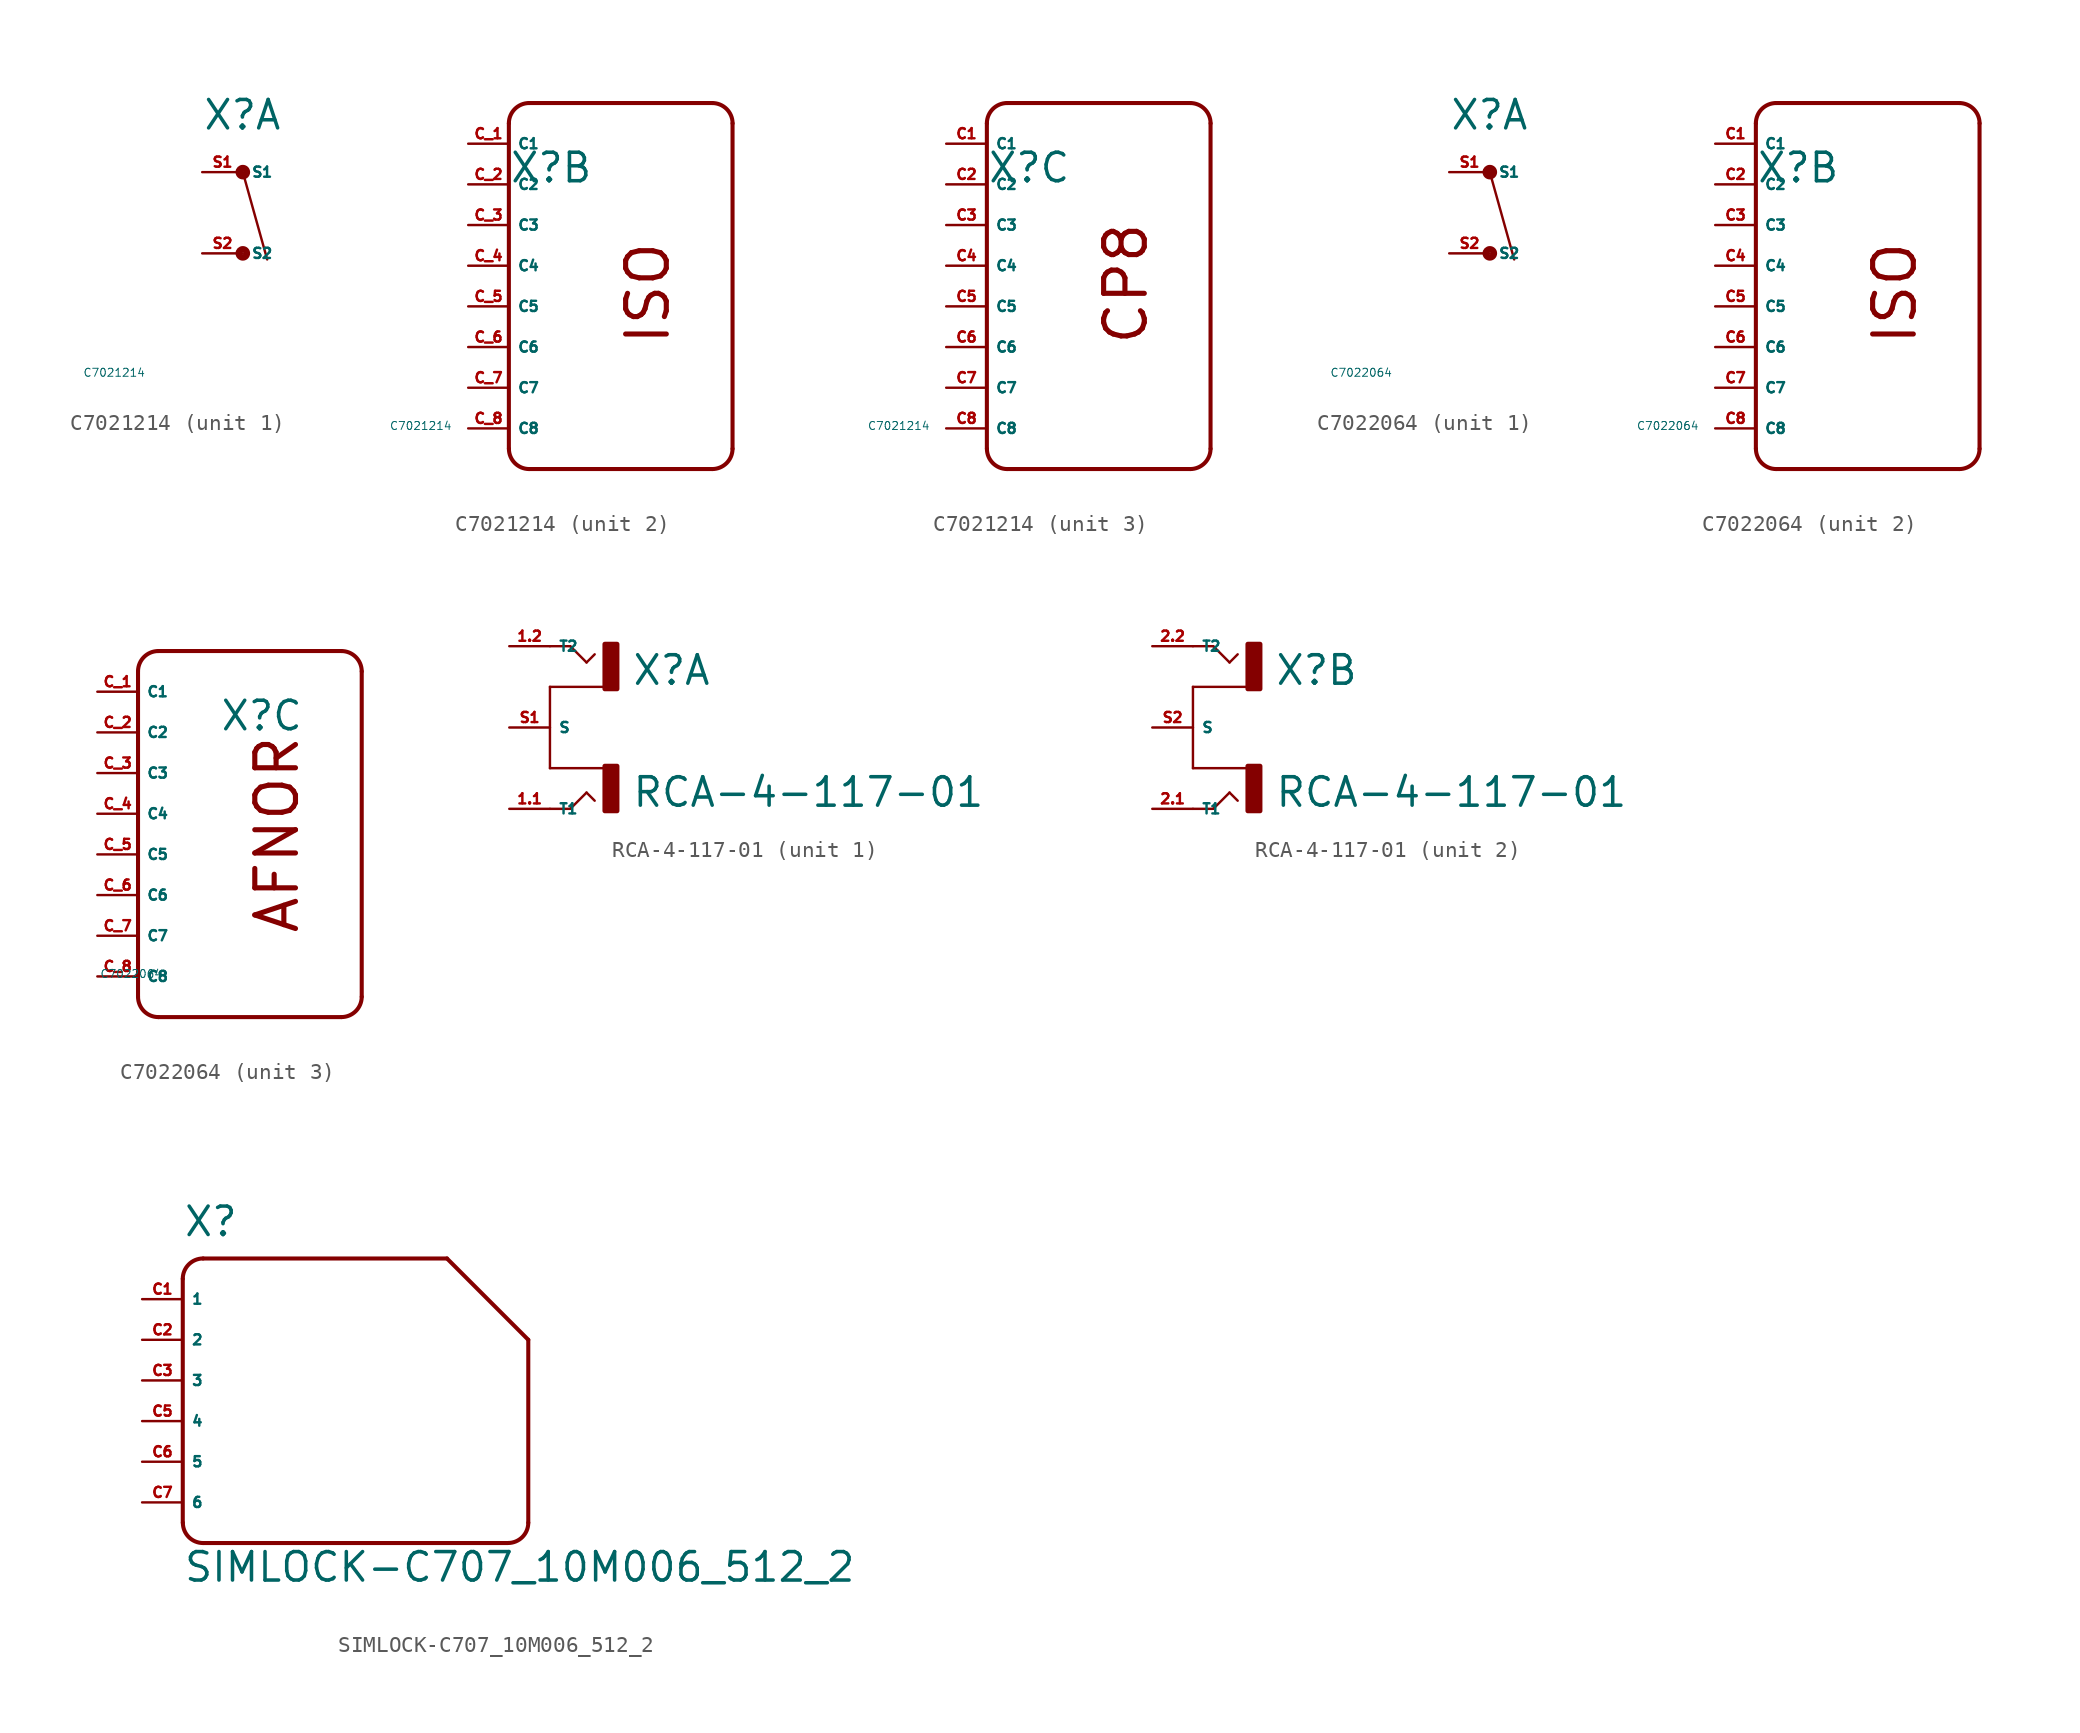
<source format=kicad_sym>
(kicad_symbol_lib
  (version 20220914)
  (generator Eagle2Kicad)
  (symbol "C7021214"
    (property "Reference" "X"
      (at -2.54 5.08 0)
      (effects (font (size 1.778 1.778) (thickness 0.22)) (justify left bottom)))
    (property "Value" "C7021214"
      (at -10 -10 0)
      (effects (font (size 0.5 0.5) (thickness 0.06)) (justify left)))
    (symbol "C7021214_1_0"
      (polyline (pts (xy 0 2.54) (xy 1.524 -2.921)) (stroke (width 0.152) (type default)) (fill (type none)))
      (circle (center 0 2.54) (radius 0.254) (stroke (width 0.406) (type default)) (fill (type none)))
      (circle (center 0 -2.54) (radius 0.254) (stroke (width 0.406) (type default)) (fill (type none)))
      (pin passive line (at -2.54 2.54 0) (length 2.54) (name "S1" (effects (font (size 0.635 0.635) (thickness 0.08)) (justify left bottom))) (number "S1" (effects (font (size 0.635 0.635) (thickness 0.08)) (justify left bottom))))
      (pin passive line (at -2.54 -2.54 0) (length 2.54) (name "S2" (effects (font (size 0.635 0.635) (thickness 0.08)) (justify left bottom))) (number "S2" (effects (font (size 0.635 0.635) (thickness 0.08)) (justify left bottom)))))
    (symbol "C7021214_2_0"
      (arc (start -1.27 10.16) (mid -2.168 9.788) (end -2.54 8.89) (stroke (width 0.254) (type default)) (fill (type none)))
      (arc (start -2.54 -11.43) (mid -2.168 -12.328) (end -1.27 -12.7) (stroke (width 0.254) (type default)) (fill (type none)))
      (arc (start 10.16 -12.7) (mid 11.058 -12.328) (end 11.43 -11.43) (stroke (width 0.254) (type default)) (fill (type none)))
      (arc (start 11.43 8.89) (mid 11.058 9.788) (end 10.16 10.16) (stroke (width 0.254) (type default)) (fill (type none)))
      (polyline (pts (xy -2.54 8.89) (xy -2.54 -11.43)) (stroke (width 0.254) (type default)) (fill (type none)))
      (polyline (pts (xy -1.27 -12.7) (xy 10.16 -12.7)) (stroke (width 0.254) (type default)) (fill (type none)))
      (polyline (pts (xy 11.43 -11.43) (xy 11.43 8.89)) (stroke (width 0.254) (type default)) (fill (type none)))
      (polyline (pts (xy 10.16 10.16) (xy -1.27 10.16)) (stroke (width 0.254) (type default)) (fill (type none)))
      (text "ISO" (at 7.62 -5.08 900) (effects (font (size 2.54 2.54) (thickness 0.32)) (justify left bottom)))
      (pin passive line (at -5.08 7.62 0) (length 2.54) (name "C1" (effects (font (size 0.635 0.635) (thickness 0.08)) (justify left bottom))) (number "C_1" (effects (font (size 0.635 0.635) (thickness 0.08)) (justify left bottom))))
      (pin passive line (at -5.08 5.08 0) (length 2.54) (name "C2" (effects (font (size 0.635 0.635) (thickness 0.08)) (justify left bottom))) (number "C_2" (effects (font (size 0.635 0.635) (thickness 0.08)) (justify left bottom))))
      (pin passive line (at -5.08 2.54 0) (length 2.54) (name "C3" (effects (font (size 0.635 0.635) (thickness 0.08)) (justify left bottom))) (number "C_3" (effects (font (size 0.635 0.635) (thickness 0.08)) (justify left bottom))))
      (pin passive line (at -5.08 0 0) (length 2.54) (name "C4" (effects (font (size 0.635 0.635) (thickness 0.08)) (justify left bottom))) (number "C_4" (effects (font (size 0.635 0.635) (thickness 0.08)) (justify left bottom))))
      (pin passive line (at -5.08 -2.54 0) (length 2.54) (name "C5" (effects (font (size 0.635 0.635) (thickness 0.08)) (justify left bottom))) (number "C_5" (effects (font (size 0.635 0.635) (thickness 0.08)) (justify left bottom))))
      (pin passive line (at -5.08 -5.08 0) (length 2.54) (name "C6" (effects (font (size 0.635 0.635) (thickness 0.08)) (justify left bottom))) (number "C_6" (effects (font (size 0.635 0.635) (thickness 0.08)) (justify left bottom))))
      (pin passive line (at -5.08 -7.62 0) (length 2.54) (name "C7" (effects (font (size 0.635 0.635) (thickness 0.08)) (justify left bottom))) (number "C_7" (effects (font (size 0.635 0.635) (thickness 0.08)) (justify left bottom))))
      (pin passive line (at -5.08 -10.16 0) (length 2.54) (name "C8" (effects (font (size 0.635 0.635) (thickness 0.08)) (justify left bottom))) (number "C_8" (effects (font (size 0.635 0.635) (thickness 0.08)) (justify left bottom)))))
    (symbol "C7021214_3_0"
      (arc (start -1.27 10.16) (mid -2.168 9.788) (end -2.54 8.89) (stroke (width 0.254) (type default)) (fill (type none)))
      (arc (start -2.54 -11.43) (mid -2.168 -12.328) (end -1.27 -12.7) (stroke (width 0.254) (type default)) (fill (type none)))
      (arc (start 10.16 -12.7) (mid 11.058 -12.328) (end 11.43 -11.43) (stroke (width 0.254) (type default)) (fill (type none)))
      (arc (start 11.43 8.89) (mid 11.058 9.788) (end 10.16 10.16) (stroke (width 0.254) (type default)) (fill (type none)))
      (polyline (pts (xy -2.54 8.89) (xy -2.54 -11.43)) (stroke (width 0.254) (type default)) (fill (type none)))
      (polyline (pts (xy -1.27 -12.7) (xy 10.16 -12.7)) (stroke (width 0.254) (type default)) (fill (type none)))
      (polyline (pts (xy 11.43 -11.43) (xy 11.43 8.89)) (stroke (width 0.254) (type default)) (fill (type none)))
      (polyline (pts (xy 10.16 10.16) (xy -1.27 10.16)) (stroke (width 0.254) (type default)) (fill (type none)))
      (text "CP8" (at 7.62 -5.08 900) (effects (font (size 2.54 2.54) (thickness 0.32)) (justify left bottom)))
      (pin passive line (at -5.08 7.62 0) (length 2.54) (name "C1" (effects (font (size 0.635 0.635) (thickness 0.08)) (justify left bottom))) (number "C1" (effects (font (size 0.635 0.635) (thickness 0.08)) (justify left bottom))))
      (pin passive line (at -5.08 5.08 0) (length 2.54) (name "C2" (effects (font (size 0.635 0.635) (thickness 0.08)) (justify left bottom))) (number "C2" (effects (font (size 0.635 0.635) (thickness 0.08)) (justify left bottom))))
      (pin passive line (at -5.08 2.54 0) (length 2.54) (name "C3" (effects (font (size 0.635 0.635) (thickness 0.08)) (justify left bottom))) (number "C3" (effects (font (size 0.635 0.635) (thickness 0.08)) (justify left bottom))))
      (pin passive line (at -5.08 0 0) (length 2.54) (name "C4" (effects (font (size 0.635 0.635) (thickness 0.08)) (justify left bottom))) (number "C4" (effects (font (size 0.635 0.635) (thickness 0.08)) (justify left bottom))))
      (pin passive line (at -5.08 -2.54 0) (length 2.54) (name "C5" (effects (font (size 0.635 0.635) (thickness 0.08)) (justify left bottom))) (number "C5" (effects (font (size 0.635 0.635) (thickness 0.08)) (justify left bottom))))
      (pin passive line (at -5.08 -5.08 0) (length 2.54) (name "C6" (effects (font (size 0.635 0.635) (thickness 0.08)) (justify left bottom))) (number "C6" (effects (font (size 0.635 0.635) (thickness 0.08)) (justify left bottom))))
      (pin passive line (at -5.08 -7.62 0) (length 2.54) (name "C7" (effects (font (size 0.635 0.635) (thickness 0.08)) (justify left bottom))) (number "C7" (effects (font (size 0.635 0.635) (thickness 0.08)) (justify left bottom))))
      (pin passive line (at -5.08 -10.16 0) (length 2.54) (name "C8" (effects (font (size 0.635 0.635) (thickness 0.08)) (justify left bottom))) (number "C8" (effects (font (size 0.635 0.635) (thickness 0.08)) (justify left bottom))))))
  (symbol "C7022064"
    (property "Reference" "X"
      (at -2.54 5.08 0)
      (effects (font (size 1.778 1.778) (thickness 0.22)) (justify left bottom)))
    (property "Value" "C7022064"
      (at -10 -10 0)
      (effects (font (size 0.5 0.5) (thickness 0.06)) (justify left)))
    (symbol "C7022064_1_0"
      (polyline (pts (xy 0 2.54) (xy 1.524 -2.921)) (stroke (width 0.152) (type default)) (fill (type none)))
      (circle (center 0 2.54) (radius 0.254) (stroke (width 0.406) (type default)) (fill (type none)))
      (circle (center 0 -2.54) (radius 0.254) (stroke (width 0.406) (type default)) (fill (type none)))
      (pin passive line (at -2.54 2.54 0) (length 2.54) (name "S1" (effects (font (size 0.635 0.635) (thickness 0.08)) (justify left bottom))) (number "S1" (effects (font (size 0.635 0.635) (thickness 0.08)) (justify left bottom))))
      (pin passive line (at -2.54 -2.54 0) (length 2.54) (name "S2" (effects (font (size 0.635 0.635) (thickness 0.08)) (justify left bottom))) (number "S2" (effects (font (size 0.635 0.635) (thickness 0.08)) (justify left bottom)))))
    (symbol "C7022064_2_0"
      (arc (start -1.27 10.16) (mid -2.168 9.788) (end -2.54 8.89) (stroke (width 0.254) (type default)) (fill (type none)))
      (arc (start -2.54 -11.43) (mid -2.168 -12.328) (end -1.27 -12.7) (stroke (width 0.254) (type default)) (fill (type none)))
      (arc (start 10.16 -12.7) (mid 11.058 -12.328) (end 11.43 -11.43) (stroke (width 0.254) (type default)) (fill (type none)))
      (arc (start 11.43 8.89) (mid 11.058 9.788) (end 10.16 10.16) (stroke (width 0.254) (type default)) (fill (type none)))
      (polyline (pts (xy -2.54 8.89) (xy -2.54 -11.43)) (stroke (width 0.254) (type default)) (fill (type none)))
      (polyline (pts (xy -1.27 -12.7) (xy 10.16 -12.7)) (stroke (width 0.254) (type default)) (fill (type none)))
      (polyline (pts (xy 11.43 -11.43) (xy 11.43 8.89)) (stroke (width 0.254) (type default)) (fill (type none)))
      (polyline (pts (xy 10.16 10.16) (xy -1.27 10.16)) (stroke (width 0.254) (type default)) (fill (type none)))
      (text "ISO" (at 7.62 -5.08 900) (effects (font (size 2.54 2.54) (thickness 0.32)) (justify left bottom)))
      (pin passive line (at -5.08 7.62 0) (length 2.54) (name "C1" (effects (font (size 0.635 0.635) (thickness 0.08)) (justify left bottom))) (number "C1" (effects (font (size 0.635 0.635) (thickness 0.08)) (justify left bottom))))
      (pin passive line (at -5.08 5.08 0) (length 2.54) (name "C2" (effects (font (size 0.635 0.635) (thickness 0.08)) (justify left bottom))) (number "C2" (effects (font (size 0.635 0.635) (thickness 0.08)) (justify left bottom))))
      (pin passive line (at -5.08 2.54 0) (length 2.54) (name "C3" (effects (font (size 0.635 0.635) (thickness 0.08)) (justify left bottom))) (number "C3" (effects (font (size 0.635 0.635) (thickness 0.08)) (justify left bottom))))
      (pin passive line (at -5.08 0 0) (length 2.54) (name "C4" (effects (font (size 0.635 0.635) (thickness 0.08)) (justify left bottom))) (number "C4" (effects (font (size 0.635 0.635) (thickness 0.08)) (justify left bottom))))
      (pin passive line (at -5.08 -2.54 0) (length 2.54) (name "C5" (effects (font (size 0.635 0.635) (thickness 0.08)) (justify left bottom))) (number "C5" (effects (font (size 0.635 0.635) (thickness 0.08)) (justify left bottom))))
      (pin passive line (at -5.08 -5.08 0) (length 2.54) (name "C6" (effects (font (size 0.635 0.635) (thickness 0.08)) (justify left bottom))) (number "C6" (effects (font (size 0.635 0.635) (thickness 0.08)) (justify left bottom))))
      (pin passive line (at -5.08 -7.62 0) (length 2.54) (name "C7" (effects (font (size 0.635 0.635) (thickness 0.08)) (justify left bottom))) (number "C7" (effects (font (size 0.635 0.635) (thickness 0.08)) (justify left bottom))))
      (pin passive line (at -5.08 -10.16 0) (length 2.54) (name "C8" (effects (font (size 0.635 0.635) (thickness 0.08)) (justify left bottom))) (number "C8" (effects (font (size 0.635 0.635) (thickness 0.08)) (justify left bottom)))))
    (symbol "C7022064_3_0"
      (arc (start -6.35 10.16) (mid -7.248 9.788) (end -7.62 8.89) (stroke (width 0.254) (type default)) (fill (type none)))
      (arc (start -7.62 -11.43) (mid -7.248 -12.328) (end -6.35 -12.7) (stroke (width 0.254) (type default)) (fill (type none)))
      (arc (start 5.08 -12.7) (mid 5.978 -12.328) (end 6.35 -11.43) (stroke (width 0.254) (type default)) (fill (type none)))
      (arc (start 6.35 8.89) (mid 5.978 9.788) (end 5.08 10.16) (stroke (width 0.254) (type default)) (fill (type none)))
      (polyline (pts (xy -7.62 8.89) (xy -7.62 -11.43)) (stroke (width 0.254) (type default)) (fill (type none)))
      (polyline (pts (xy -6.35 -12.7) (xy 5.08 -12.7)) (stroke (width 0.254) (type default)) (fill (type none)))
      (polyline (pts (xy 6.35 -11.43) (xy 6.35 8.89)) (stroke (width 0.254) (type default)) (fill (type none)))
      (polyline (pts (xy 5.08 10.16) (xy -6.35 10.16)) (stroke (width 0.254) (type default)) (fill (type none)))
      (text "AFNOR" (at 2.54 -7.62 900) (effects (font (size 2.54 2.54) (thickness 0.32)) (justify left bottom)))
      (pin passive line (at -10.16 7.62 0) (length 2.54) (name "C1" (effects (font (size 0.635 0.635) (thickness 0.08)) (justify left bottom))) (number "C_1" (effects (font (size 0.635 0.635) (thickness 0.08)) (justify left bottom))))
      (pin passive line (at -10.16 5.08 0) (length 2.54) (name "C2" (effects (font (size 0.635 0.635) (thickness 0.08)) (justify left bottom))) (number "C_2" (effects (font (size 0.635 0.635) (thickness 0.08)) (justify left bottom))))
      (pin passive line (at -10.16 2.54 0) (length 2.54) (name "C3" (effects (font (size 0.635 0.635) (thickness 0.08)) (justify left bottom))) (number "C_3" (effects (font (size 0.635 0.635) (thickness 0.08)) (justify left bottom))))
      (pin passive line (at -10.16 0 0) (length 2.54) (name "C4" (effects (font (size 0.635 0.635) (thickness 0.08)) (justify left bottom))) (number "C_4" (effects (font (size 0.635 0.635) (thickness 0.08)) (justify left bottom))))
      (pin passive line (at -10.16 -2.54 0) (length 2.54) (name "C5" (effects (font (size 0.635 0.635) (thickness 0.08)) (justify left bottom))) (number "C_5" (effects (font (size 0.635 0.635) (thickness 0.08)) (justify left bottom))))
      (pin passive line (at -10.16 -5.08 0) (length 2.54) (name "C6" (effects (font (size 0.635 0.635) (thickness 0.08)) (justify left bottom))) (number "C_6" (effects (font (size 0.635 0.635) (thickness 0.08)) (justify left bottom))))
      (pin passive line (at -10.16 -7.62 0) (length 2.54) (name "C7" (effects (font (size 0.635 0.635) (thickness 0.08)) (justify left bottom))) (number "C_7" (effects (font (size 0.635 0.635) (thickness 0.08)) (justify left bottom))))
      (pin passive line (at -10.16 -10.16 0) (length 2.54) (name "C8" (effects (font (size 0.635 0.635) (thickness 0.08)) (justify left bottom))) (number "C_8" (effects (font (size 0.635 0.635) (thickness 0.08)) (justify left bottom))))))
  (symbol "RCA-4-117-01"
    (property "Reference" "X"
      (at 2.54 2.54 0)
      (effects (font (size 1.778 1.778) (thickness 0.22)) (justify left bottom)))
    (property "Value" "RCA-4-117-01"
      (at 2.54 -5.08 0)
      (effects (font (size 1.778 1.778) (thickness 0.22)) (justify left bottom)))
    (symbol "RCA-4-117-01_1_0"
      (polyline (pts (xy -2.54 -2.54) (xy 1.016 -2.54)) (stroke (width 0.152) (type default)) (fill (type none)))
      (polyline (pts (xy -2.54 -5.08) (xy -1.27 -5.08)) (stroke (width 0.152) (type default)) (fill (type none)))
      (polyline (pts (xy -1.27 -5.08) (xy -0.254 -4.064)) (stroke (width 0.152) (type default)) (fill (type none)))
      (polyline (pts (xy -0.254 -4.064) (xy 0.254 -4.572)) (stroke (width 0.152) (type default)) (fill (type none)))
      (polyline (pts (xy -2.54 2.54) (xy 1.016 2.54)) (stroke (width 0.152) (type default)) (fill (type none)))
      (polyline (pts (xy -2.54 5.08) (xy -1.27 5.08)) (stroke (width 0.152) (type default)) (fill (type none)))
      (polyline (pts (xy -1.27 5.08) (xy -0.254 4.064)) (stroke (width 0.152) (type default)) (fill (type none)))
      (polyline (pts (xy -0.254 4.064) (xy 0.254 4.572)) (stroke (width 0.152) (type default)) (fill (type none)))
      (polyline (pts (xy -2.54 -2.54) (xy -2.54 2.54)) (stroke (width 0.152) (type default)) (fill (type none)))
      (rectangle (start 0.889 -5.207) (end 1.651 -2.413) (stroke (width 0.3) (type default)) (fill (type outline)))
      (rectangle (start 0.889 2.413) (end 1.651 5.207) (stroke (width 0.3) (type default)) (fill (type outline)))
      (pin passive line (at -5.08 -5.08 0) (length 2.54) (name "T1" (effects (font (size 0.635 0.635) (thickness 0.08)) (justify left bottom))) (number "1.1" (effects (font (size 0.635 0.635) (thickness 0.08)) (justify left bottom))))
      (pin passive line (at -5.08 5.08 0) (length 2.54) (name "T2" (effects (font (size 0.635 0.635) (thickness 0.08)) (justify left bottom))) (number "1.2" (effects (font (size 0.635 0.635) (thickness 0.08)) (justify left bottom))))
      (pin passive line (at -5.08 0 0) (length 2.54) (name "S" (effects (font (size 0.635 0.635) (thickness 0.08)) (justify left bottom))) (number "S1" (effects (font (size 0.635 0.635) (thickness 0.08)) (justify left bottom)))))
    (symbol "RCA-4-117-01_2_0"
      (polyline (pts (xy -2.54 -2.54) (xy 1.016 -2.54)) (stroke (width 0.152) (type default)) (fill (type none)))
      (polyline (pts (xy -2.54 -5.08) (xy -1.27 -5.08)) (stroke (width 0.152) (type default)) (fill (type none)))
      (polyline (pts (xy -1.27 -5.08) (xy -0.254 -4.064)) (stroke (width 0.152) (type default)) (fill (type none)))
      (polyline (pts (xy -0.254 -4.064) (xy 0.254 -4.572)) (stroke (width 0.152) (type default)) (fill (type none)))
      (polyline (pts (xy -2.54 2.54) (xy 1.016 2.54)) (stroke (width 0.152) (type default)) (fill (type none)))
      (polyline (pts (xy -2.54 5.08) (xy -1.27 5.08)) (stroke (width 0.152) (type default)) (fill (type none)))
      (polyline (pts (xy -1.27 5.08) (xy -0.254 4.064)) (stroke (width 0.152) (type default)) (fill (type none)))
      (polyline (pts (xy -0.254 4.064) (xy 0.254 4.572)) (stroke (width 0.152) (type default)) (fill (type none)))
      (polyline (pts (xy -2.54 -2.54) (xy -2.54 2.54)) (stroke (width 0.152) (type default)) (fill (type none)))
      (rectangle (start 0.889 -5.207) (end 1.651 -2.413) (stroke (width 0.3) (type default)) (fill (type outline)))
      (rectangle (start 0.889 2.413) (end 1.651 5.207) (stroke (width 0.3) (type default)) (fill (type outline)))
      (pin passive line (at -5.08 -5.08 0) (length 2.54) (name "T1" (effects (font (size 0.635 0.635) (thickness 0.08)) (justify left bottom))) (number "2.1" (effects (font (size 0.635 0.635) (thickness 0.08)) (justify left bottom))))
      (pin passive line (at -5.08 5.08 0) (length 2.54) (name "T2" (effects (font (size 0.635 0.635) (thickness 0.08)) (justify left bottom))) (number "2.2" (effects (font (size 0.635 0.635) (thickness 0.08)) (justify left bottom))))
      (pin passive line (at -5.08 0 0) (length 2.54) (name "S" (effects (font (size 0.635 0.635) (thickness 0.08)) (justify left bottom))) (number "S2" (effects (font (size 0.635 0.635) (thickness 0.08)) (justify left bottom))))))
  (symbol "SIMLOCK-C707_10M006_512_2"
    (property "Reference" "X"
      (at -10.16 8.89 0)
      (effects (font (size 1.778 1.778) (thickness 0.22)) (justify left bottom)))
    (property "Value" "SIMLOCK-C707_10M006_512_2"
      (at -10.16 -12.7 0)
      (effects (font (size 1.778 1.778) (thickness 0.22)) (justify left bottom)))
    (arc
      (start -10.16 -8.89)
      (mid -9.788 -9.788)
      (end -8.89 -10.16)
      (stroke (width 0.254) (type default))
      (fill (type none)))
    (polyline
      (pts (xy -8.89 -10.16) (xy 10.16 -10.16))
      (stroke (width 0.254) (type default))
      (fill (type none)))
    (arc
      (start 10.16 -10.16)
      (mid 11.058 -9.788)
      (end 11.43 -8.89)
      (stroke (width 0.254) (type default))
      (fill (type none)))
    (polyline
      (pts (xy 11.43 -8.89) (xy 11.43 2.54))
      (stroke (width 0.254) (type default))
      (fill (type none)))
    (polyline
      (pts (xy 11.43 2.54) (xy 6.35 7.62))
      (stroke (width 0.254) (type default))
      (fill (type none)))
    (polyline
      (pts (xy 6.35 7.62) (xy -8.89 7.62))
      (stroke (width 0.254) (type default))
      (fill (type none)))
    (arc
      (start -8.89 7.62)
      (mid -9.788 7.248)
      (end -10.16 6.35)
      (stroke (width 0.254) (type default))
      (fill (type none)))
    (polyline
      (pts (xy -10.16 6.35) (xy -10.16 -8.89))
      (stroke (width 0.254) (type default))
      (fill (type none)))
    (pin passive line
      (at -12.7 5.08 0)
      (length 2.54)
      (name "1" (effects (font (size 0.635 0.635) (thickness 0.08)) (justify left bottom)))
      (number "C1" (effects (font (size 0.635 0.635) (thickness 0.08)) (justify left bottom))))
    (pin passive line
      (at -12.7 2.54 0)
      (length 2.54)
      (name "2" (effects (font (size 0.635 0.635) (thickness 0.08)) (justify left bottom)))
      (number "C2" (effects (font (size 0.635 0.635) (thickness 0.08)) (justify left bottom))))
    (pin passive line
      (at -12.7 0 0)
      (length 2.54)
      (name "3" (effects (font (size 0.635 0.635) (thickness 0.08)) (justify left bottom)))
      (number "C3" (effects (font (size 0.635 0.635) (thickness 0.08)) (justify left bottom))))
    (pin passive line
      (at -12.7 -2.54 0)
      (length 2.54)
      (name "4" (effects (font (size 0.635 0.635) (thickness 0.08)) (justify left bottom)))
      (number "C5" (effects (font (size 0.635 0.635) (thickness 0.08)) (justify left bottom))))
    (pin passive line
      (at -12.7 -5.08 0)
      (length 2.54)
      (name "5" (effects (font (size 0.635 0.635) (thickness 0.08)) (justify left bottom)))
      (number "C6" (effects (font (size 0.635 0.635) (thickness 0.08)) (justify left bottom))))
    (pin passive line
      (at -12.7 -7.62 0)
      (length 2.54)
      (name "6" (effects (font (size 0.635 0.635) (thickness 0.08)) (justify left bottom)))
      (number "C7" (effects (font (size 0.635 0.635) (thickness 0.08)) (justify left bottom))))))
</source>
